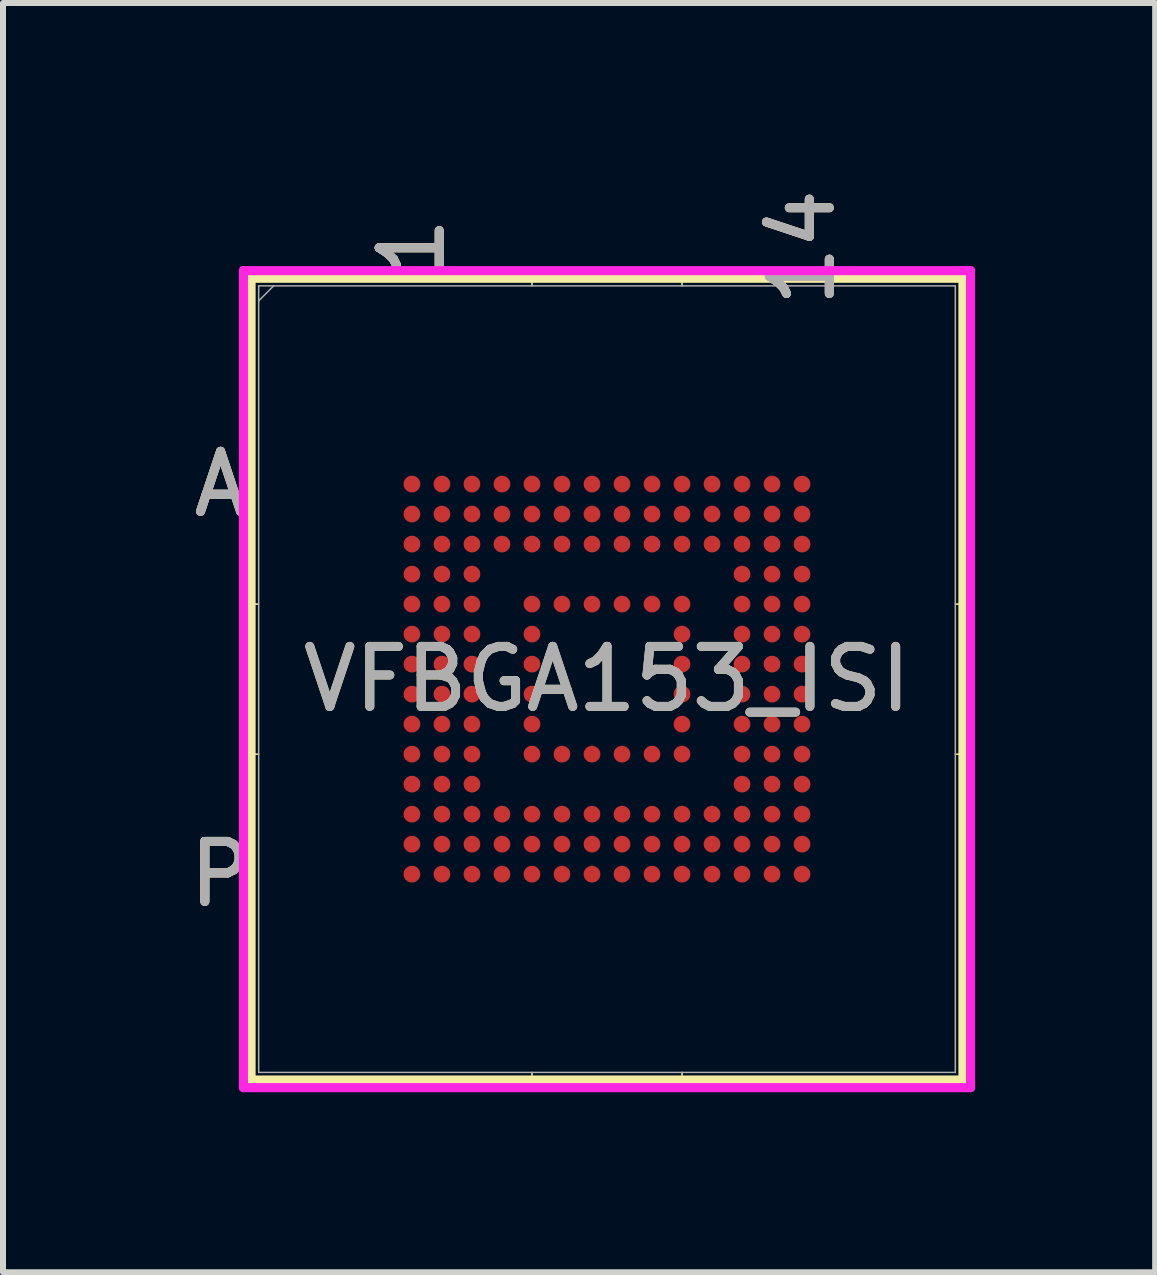
<source format=kicad_pcb>
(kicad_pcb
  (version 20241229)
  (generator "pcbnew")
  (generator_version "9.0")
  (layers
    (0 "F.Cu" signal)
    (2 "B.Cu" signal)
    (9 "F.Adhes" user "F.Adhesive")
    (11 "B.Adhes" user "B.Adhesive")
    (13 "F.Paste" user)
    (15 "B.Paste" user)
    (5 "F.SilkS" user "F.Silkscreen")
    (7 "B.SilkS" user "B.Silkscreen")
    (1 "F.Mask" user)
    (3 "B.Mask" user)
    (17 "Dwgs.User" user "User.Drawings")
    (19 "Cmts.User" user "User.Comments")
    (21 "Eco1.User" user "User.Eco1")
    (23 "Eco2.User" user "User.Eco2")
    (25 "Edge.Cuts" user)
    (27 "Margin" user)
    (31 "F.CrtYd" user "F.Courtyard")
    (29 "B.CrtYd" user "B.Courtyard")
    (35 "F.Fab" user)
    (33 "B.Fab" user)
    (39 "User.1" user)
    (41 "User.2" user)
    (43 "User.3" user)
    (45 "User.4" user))
  (footprint "VFBGA153_ISI"
    (layer "F.Cu")
    (at 7.064 8.266)
    (property "Reference" "VFBGA153_ISI" (at 0 0 0) (unlocked yes) (layer "F.SilkS") (effects (font (size 1 1) (thickness 0.15))))
    (attr smd)
    (fp_line (start -5.931 -6.68) (end -5.931 6.68) (stroke (width 0.152) (type solid)) (layer "F.SilkS"))
    (fp_line (start -5.931 6.68) (end 5.931 6.68) (stroke (width 0.152) (type solid)) (layer "F.SilkS"))
    (fp_line (start -5.804 -1.25) (end -6.058 -1.25) (stroke (width 0.025) (type solid)) (layer "F.SilkS"))
    (fp_line (start -5.804 1.25) (end -6.058 1.25) (stroke (width 0.025) (type solid)) (layer "F.SilkS"))
    (fp_line (start -1.25 -6.553) (end -1.25 -6.807) (stroke (width 0.025) (type solid)) (layer "F.SilkS"))
    (fp_line (start -1.25 6.553) (end -1.25 6.807) (stroke (width 0.025) (type solid)) (layer "F.SilkS"))
    (fp_line (start 1.25 -6.553) (end 1.25 -6.807) (stroke (width 0.025) (type solid)) (layer "F.SilkS"))
    (fp_line (start 1.25 6.553) (end 1.25 6.807) (stroke (width 0.025) (type solid)) (layer "F.SilkS"))
    (fp_line (start 5.804 -1.25) (end 6.058 -1.25) (stroke (width 0.025) (type solid)) (layer "F.SilkS"))
    (fp_line (start 5.804 1.25) (end 6.058 1.25) (stroke (width 0.025) (type solid)) (layer "F.SilkS"))
    (fp_line (start 5.931 -6.68) (end -5.931 -6.68) (stroke (width 0.152) (type solid)) (layer "F.SilkS"))
    (fp_line (start 5.931 6.68) (end 5.931 -6.68) (stroke (width 0.152) (type solid)) (layer "F.SilkS"))
    (fp_poly (pts (xy -3.945 -3.945) (xy 3.945 -3.945) (xy 3.945 3.945) (xy -3.945 3.945)) (stroke (width 0.1) (type solid)) (fill no) (layer "Eco2.User"))
    (fp_line (start -6.058 -6.807) (end 6.058 -6.807) (stroke (width 0.152) (type solid)) (layer "F.CrtYd"))
    (fp_line (start -6.058 6.807) (end -6.058 -6.807) (stroke (width 0.152) (type solid)) (layer "F.CrtYd"))
    (fp_line (start 6.058 -6.807) (end 6.058 6.807) (stroke (width 0.152) (type solid)) (layer "F.CrtYd"))
    (fp_line (start 6.058 6.807) (end -6.058 6.807) (stroke (width 0.152) (type solid)) (layer "F.CrtYd"))
    (fp_line (start -5.804 -6.553) (end -5.804 6.553) (stroke (width 0.025) (type solid)) (layer "F.Fab"))
    (fp_line (start -5.804 6.553) (end 5.804 6.553) (stroke (width 0.025) (type solid)) (layer "F.Fab"))
    (fp_line (start -5.554 -6.553) (end -5.804 -6.303) (stroke (width 0.025) (type solid)) (layer "F.Fab"))
    (fp_line (start 5.804 -6.553) (end -5.804 -6.553) (stroke (width 0.025) (type solid)) (layer "F.Fab"))
    (fp_line (start 5.804 6.553) (end 5.804 -6.553) (stroke (width 0.025) (type solid)) (layer "F.Fab"))
    (fp_text user "14" (at 3.25 -7.188 90) (unlocked yes) (layer "F.SilkS") (effects (font (size 1 1) (thickness 0.15))))
    (fp_text user "A" (at -6.439 -3.25 0) (unlocked yes) (layer "F.SilkS") (effects (font (size 1 1) (thickness 0.15))))
    (fp_text user "1" (at -3.25 -7.188 90) (unlocked yes) (layer "F.SilkS") (effects (font (size 1 1) (thickness 0.15))))
    (fp_text user "P" (at -6.439 3.25 0) (unlocked yes) (layer "F.SilkS") (effects (font (size 1 1) (thickness 0.15))))
    (fp_text user "14" (at 3.25 -7.188 90) (unlocked yes) (layer "B.SilkS") (effects (font (size 1 1) (thickness 0.15))))
    (fp_text user "A" (at -6.439 -3.25 0) (unlocked yes) (layer "B.SilkS") (effects (font (size 1 1) (thickness 0.15))))
    (fp_text user "1" (at -3.25 -7.188 90) (unlocked yes) (layer "B.SilkS") (effects (font (size 1 1) (thickness 0.15))))
    (fp_text user "P" (at -6.439 3.25 0) (unlocked yes) (layer "B.SilkS") (effects (font (size 1 1) (thickness 0.15))))
    (fp_text user "${REFERENCE}" (at 0 0 0) (unlocked yes) (layer "F.Fab") (effects (font (size 1 1) (thickness 0.15))))
    (fp_text user "P" (at -6.439 3.25 0) (unlocked yes) (layer "F.Fab") (effects (font (size 1 1) (thickness 0.15))))
    (fp_text user "14" (at 3.25 -7.188 90) (unlocked yes) (layer "F.Fab") (effects (font (size 1 1) (thickness 0.15))))
    (fp_text user "A" (at -6.439 -3.25 0) (unlocked yes) (layer "F.Fab") (effects (font (size 1 1) (thickness 0.15))))
    (fp_text user "1" (at -3.25 -7.188 90) (unlocked yes) (layer "F.Fab") (effects (font (size 1 1) (thickness 0.15))))
    (pad "A1" smd circle (at -3.25 -3.25) (size 0.279 0.279) (layers "F.Cu" "F.Mask" "F.Paste"))
    (pad "A2" smd circle (at -2.75 -3.25) (size 0.279 0.279) (layers "F.Cu" "F.Mask" "F.Paste"))
    (pad "A3" smd circle (at -2.25 -3.25) (size 0.279 0.279) (layers "F.Cu" "F.Mask" "F.Paste"))
    (pad "A4" smd circle (at -1.75 -3.25) (size 0.279 0.279) (layers "F.Cu" "F.Mask" "F.Paste"))
    (pad "A5" smd circle (at -1.25 -3.25) (size 0.279 0.279) (layers "F.Cu" "F.Mask" "F.Paste"))
    (pad "A6" smd circle (at -0.75 -3.25) (size 0.279 0.279) (layers "F.Cu" "F.Mask" "F.Paste"))
    (pad "A7" smd circle (at -0.25 -3.25) (size 0.279 0.279) (layers "F.Cu" "F.Mask" "F.Paste"))
    (pad "A8" smd circle (at 0.25 -3.25) (size 0.279 0.279) (layers "F.Cu" "F.Mask" "F.Paste"))
    (pad "A9" smd circle (at 0.75 -3.25) (size 0.279 0.279) (layers "F.Cu" "F.Mask" "F.Paste"))
    (pad "A10" smd circle (at 1.25 -3.25) (size 0.279 0.279) (layers "F.Cu" "F.Mask" "F.Paste"))
    (pad "A11" smd circle (at 1.75 -3.25) (size 0.279 0.279) (layers "F.Cu" "F.Mask" "F.Paste"))
    (pad "A12" smd circle (at 2.25 -3.25) (size 0.279 0.279) (layers "F.Cu" "F.Mask" "F.Paste"))
    (pad "A13" smd circle (at 2.75 -3.25) (size 0.279 0.279) (layers "F.Cu" "F.Mask" "F.Paste"))
    (pad "A14" smd circle (at 3.25 -3.25) (size 0.279 0.279) (layers "F.Cu" "F.Mask" "F.Paste"))
    (pad "B1" smd circle (at -3.25 -2.75) (size 0.279 0.279) (layers "F.Cu" "F.Mask" "F.Paste"))
    (pad "B2" smd circle (at -2.75 -2.75) (size 0.279 0.279) (layers "F.Cu" "F.Mask" "F.Paste"))
    (pad "B3" smd circle (at -2.25 -2.75) (size 0.279 0.279) (layers "F.Cu" "F.Mask" "F.Paste"))
    (pad "B4" smd circle (at -1.75 -2.75) (size 0.279 0.279) (layers "F.Cu" "F.Mask" "F.Paste"))
    (pad "B5" smd circle (at -1.25 -2.75) (size 0.279 0.279) (layers "F.Cu" "F.Mask" "F.Paste"))
    (pad "B6" smd circle (at -0.75 -2.75) (size 0.279 0.279) (layers "F.Cu" "F.Mask" "F.Paste"))
    (pad "B7" smd circle (at -0.25 -2.75) (size 0.279 0.279) (layers "F.Cu" "F.Mask" "F.Paste"))
    (pad "B8" smd circle (at 0.25 -2.75) (size 0.279 0.279) (layers "F.Cu" "F.Mask" "F.Paste"))
    (pad "B9" smd circle (at 0.75 -2.75) (size 0.279 0.279) (layers "F.Cu" "F.Mask" "F.Paste"))
    (pad "B10" smd circle (at 1.25 -2.75) (size 0.279 0.279) (layers "F.Cu" "F.Mask" "F.Paste"))
    (pad "B11" smd circle (at 1.75 -2.75) (size 0.279 0.279) (layers "F.Cu" "F.Mask" "F.Paste"))
    (pad "B12" smd circle (at 2.25 -2.75) (size 0.279 0.279) (layers "F.Cu" "F.Mask" "F.Paste"))
    (pad "B13" smd circle (at 2.75 -2.75) (size 0.279 0.279) (layers "F.Cu" "F.Mask" "F.Paste"))
    (pad "B14" smd circle (at 3.25 -2.75) (size 0.279 0.279) (layers "F.Cu" "F.Mask" "F.Paste"))
    (pad "C1" smd circle (at -3.25 -2.25) (size 0.279 0.279) (layers "F.Cu" "F.Mask" "F.Paste"))
    (pad "C2" smd circle (at -2.75 -2.25) (size 0.279 0.279) (layers "F.Cu" "F.Mask" "F.Paste"))
    (pad "C3" smd circle (at -2.25 -2.25) (size 0.279 0.279) (layers "F.Cu" "F.Mask" "F.Paste"))
    (pad "C4" smd circle (at -1.75 -2.25) (size 0.279 0.279) (layers "F.Cu" "F.Mask" "F.Paste"))
    (pad "C5" smd circle (at -1.25 -2.25) (size 0.279 0.279) (layers "F.Cu" "F.Mask" "F.Paste"))
    (pad "C6" smd circle (at -0.75 -2.25) (size 0.279 0.279) (layers "F.Cu" "F.Mask" "F.Paste"))
    (pad "C7" smd circle (at -0.25 -2.25) (size 0.279 0.279) (layers "F.Cu" "F.Mask" "F.Paste"))
    (pad "C8" smd circle (at 0.25 -2.25) (size 0.279 0.279) (layers "F.Cu" "F.Mask" "F.Paste"))
    (pad "C9" smd circle (at 0.75 -2.25) (size 0.279 0.279) (layers "F.Cu" "F.Mask" "F.Paste"))
    (pad "C10" smd circle (at 1.25 -2.25) (size 0.279 0.279) (layers "F.Cu" "F.Mask" "F.Paste"))
    (pad "C11" smd circle (at 1.75 -2.25) (size 0.279 0.279) (layers "F.Cu" "F.Mask" "F.Paste"))
    (pad "C12" smd circle (at 2.25 -2.25) (size 0.279 0.279) (layers "F.Cu" "F.Mask" "F.Paste"))
    (pad "C13" smd circle (at 2.75 -2.25) (size 0.279 0.279) (layers "F.Cu" "F.Mask" "F.Paste"))
    (pad "C14" smd circle (at 3.25 -2.25) (size 0.279 0.279) (layers "F.Cu" "F.Mask" "F.Paste"))
    (pad "D1" smd circle (at -3.25 -1.75) (size 0.279 0.279) (layers "F.Cu" "F.Mask" "F.Paste"))
    (pad "D2" smd circle (at -2.75 -1.75) (size 0.279 0.279) (layers "F.Cu" "F.Mask" "F.Paste"))
    (pad "D3" smd circle (at -2.25 -1.75) (size 0.279 0.279) (layers "F.Cu" "F.Mask" "F.Paste"))
    (pad "D12" smd circle (at 2.25 -1.75) (size 0.279 0.279) (layers "F.Cu" "F.Mask" "F.Paste"))
    (pad "D13" smd circle (at 2.75 -1.75) (size 0.279 0.279) (layers "F.Cu" "F.Mask" "F.Paste"))
    (pad "D14" smd circle (at 3.25 -1.75) (size 0.279 0.279) (layers "F.Cu" "F.Mask" "F.Paste"))
    (pad "E1" smd circle (at -3.25 -1.25) (size 0.279 0.279) (layers "F.Cu" "F.Mask" "F.Paste"))
    (pad "E2" smd circle (at -2.75 -1.25) (size 0.279 0.279) (layers "F.Cu" "F.Mask" "F.Paste"))
    (pad "E3" smd circle (at -2.25 -1.25) (size 0.279 0.279) (layers "F.Cu" "F.Mask" "F.Paste"))
    (pad "E5" smd circle (at -1.25 -1.25) (size 0.279 0.279) (layers "F.Cu" "F.Mask" "F.Paste"))
    (pad "E6" smd circle (at -0.75 -1.25) (size 0.279 0.279) (layers "F.Cu" "F.Mask" "F.Paste"))
    (pad "E7" smd circle (at -0.25 -1.25) (size 0.279 0.279) (layers "F.Cu" "F.Mask" "F.Paste"))
    (pad "E8" smd circle (at 0.25 -1.25) (size 0.279 0.279) (layers "F.Cu" "F.Mask" "F.Paste"))
    (pad "E9" smd circle (at 0.75 -1.25) (size 0.279 0.279) (layers "F.Cu" "F.Mask" "F.Paste"))
    (pad "E10" smd circle (at 1.25 -1.25) (size 0.279 0.279) (layers "F.Cu" "F.Mask" "F.Paste"))
    (pad "E12" smd circle (at 2.25 -1.25) (size 0.279 0.279) (layers "F.Cu" "F.Mask" "F.Paste"))
    (pad "E13" smd circle (at 2.75 -1.25) (size 0.279 0.279) (layers "F.Cu" "F.Mask" "F.Paste"))
    (pad "E14" smd circle (at 3.25 -1.25) (size 0.279 0.279) (layers "F.Cu" "F.Mask" "F.Paste"))
    (pad "F1" smd circle (at -3.25 -0.75) (size 0.279 0.279) (layers "F.Cu" "F.Mask" "F.Paste"))
    (pad "F2" smd circle (at -2.75 -0.75) (size 0.279 0.279) (layers "F.Cu" "F.Mask" "F.Paste"))
    (pad "F3" smd circle (at -2.25 -0.75) (size 0.279 0.279) (layers "F.Cu" "F.Mask" "F.Paste"))
    (pad "F5" smd circle (at -1.25 -0.75) (size 0.279 0.279) (layers "F.Cu" "F.Mask" "F.Paste"))
    (pad "F10" smd circle (at 1.25 -0.75) (size 0.279 0.279) (layers "F.Cu" "F.Mask" "F.Paste"))
    (pad "F12" smd circle (at 2.25 -0.75) (size 0.279 0.279) (layers "F.Cu" "F.Mask" "F.Paste"))
    (pad "F13" smd circle (at 2.75 -0.75) (size 0.279 0.279) (layers "F.Cu" "F.Mask" "F.Paste"))
    (pad "F14" smd circle (at 3.25 -0.75) (size 0.279 0.279) (layers "F.Cu" "F.Mask" "F.Paste"))
    (pad "G1" smd circle (at -3.25 -0.25) (size 0.279 0.279) (layers "F.Cu" "F.Mask" "F.Paste"))
    (pad "G2" smd circle (at -2.75 -0.25) (size 0.279 0.279) (layers "F.Cu" "F.Mask" "F.Paste"))
    (pad "G3" smd circle (at -2.25 -0.25) (size 0.279 0.279) (layers "F.Cu" "F.Mask" "F.Paste"))
    (pad "G5" smd circle (at -1.25 -0.25) (size 0.279 0.279) (layers "F.Cu" "F.Mask" "F.Paste"))
    (pad "G10" smd circle (at 1.25 -0.25) (size 0.279 0.279) (layers "F.Cu" "F.Mask" "F.Paste"))
    (pad "G12" smd circle (at 2.25 -0.25) (size 0.279 0.279) (layers "F.Cu" "F.Mask" "F.Paste"))
    (pad "G13" smd circle (at 2.75 -0.25) (size 0.279 0.279) (layers "F.Cu" "F.Mask" "F.Paste"))
    (pad "G14" smd circle (at 3.25 -0.25) (size 0.279 0.279) (layers "F.Cu" "F.Mask" "F.Paste"))
    (pad "H1" smd circle (at -3.25 0.25) (size 0.279 0.279) (layers "F.Cu" "F.Mask" "F.Paste"))
    (pad "H2" smd circle (at -2.75 0.25) (size 0.279 0.279) (layers "F.Cu" "F.Mask" "F.Paste"))
    (pad "H3" smd circle (at -2.25 0.25) (size 0.279 0.279) (layers "F.Cu" "F.Mask" "F.Paste"))
    (pad "H5" smd circle (at -1.25 0.25) (size 0.279 0.279) (layers "F.Cu" "F.Mask" "F.Paste"))
    (pad "H10" smd circle (at 1.25 0.25) (size 0.279 0.279) (layers "F.Cu" "F.Mask" "F.Paste"))
    (pad "H12" smd circle (at 2.25 0.25) (size 0.279 0.279) (layers "F.Cu" "F.Mask" "F.Paste"))
    (pad "H13" smd circle (at 2.75 0.25) (size 0.279 0.279) (layers "F.Cu" "F.Mask" "F.Paste"))
    (pad "H14" smd circle (at 3.25 0.25) (size 0.279 0.279) (layers "F.Cu" "F.Mask" "F.Paste"))
    (pad "J1" smd circle (at -3.25 0.75) (size 0.279 0.279) (layers "F.Cu" "F.Mask" "F.Paste"))
    (pad "J2" smd circle (at -2.75 0.75) (size 0.279 0.279) (layers "F.Cu" "F.Mask" "F.Paste"))
    (pad "J3" smd circle (at -2.25 0.75) (size 0.279 0.279) (layers "F.Cu" "F.Mask" "F.Paste"))
    (pad "J5" smd circle (at -1.25 0.75) (size 0.279 0.279) (layers "F.Cu" "F.Mask" "F.Paste"))
    (pad "J10" smd circle (at 1.25 0.75) (size 0.279 0.279) (layers "F.Cu" "F.Mask" "F.Paste"))
    (pad "J12" smd circle (at 2.25 0.75) (size 0.279 0.279) (layers "F.Cu" "F.Mask" "F.Paste"))
    (pad "J13" smd circle (at 2.75 0.75) (size 0.279 0.279) (layers "F.Cu" "F.Mask" "F.Paste"))
    (pad "J14" smd circle (at 3.25 0.75) (size 0.279 0.279) (layers "F.Cu" "F.Mask" "F.Paste"))
    (pad "K1" smd circle (at -3.25 1.25) (size 0.279 0.279) (layers "F.Cu" "F.Mask" "F.Paste"))
    (pad "K2" smd circle (at -2.75 1.25) (size 0.279 0.279) (layers "F.Cu" "F.Mask" "F.Paste"))
    (pad "K3" smd circle (at -2.25 1.25) (size 0.279 0.279) (layers "F.Cu" "F.Mask" "F.Paste"))
    (pad "K5" smd circle (at -1.25 1.25) (size 0.279 0.279) (layers "F.Cu" "F.Mask" "F.Paste"))
    (pad "K6" smd circle (at -0.75 1.25) (size 0.279 0.279) (layers "F.Cu" "F.Mask" "F.Paste"))
    (pad "K7" smd circle (at -0.25 1.25) (size 0.279 0.279) (layers "F.Cu" "F.Mask" "F.Paste"))
    (pad "K8" smd circle (at 0.25 1.25) (size 0.279 0.279) (layers "F.Cu" "F.Mask" "F.Paste"))
    (pad "K9" smd circle (at 0.75 1.25) (size 0.279 0.279) (layers "F.Cu" "F.Mask" "F.Paste"))
    (pad "K10" smd circle (at 1.25 1.25) (size 0.279 0.279) (layers "F.Cu" "F.Mask" "F.Paste"))
    (pad "K12" smd circle (at 2.25 1.25) (size 0.279 0.279) (layers "F.Cu" "F.Mask" "F.Paste"))
    (pad "K13" smd circle (at 2.75 1.25) (size 0.279 0.279) (layers "F.Cu" "F.Mask" "F.Paste"))
    (pad "K14" smd circle (at 3.25 1.25) (size 0.279 0.279) (layers "F.Cu" "F.Mask" "F.Paste"))
    (pad "L1" smd circle (at -3.25 1.75) (size 0.279 0.279) (layers "F.Cu" "F.Mask" "F.Paste"))
    (pad "L2" smd circle (at -2.75 1.75) (size 0.279 0.279) (layers "F.Cu" "F.Mask" "F.Paste"))
    (pad "L3" smd circle (at -2.25 1.75) (size 0.279 0.279) (layers "F.Cu" "F.Mask" "F.Paste"))
    (pad "L12" smd circle (at 2.25 1.75) (size 0.279 0.279) (layers "F.Cu" "F.Mask" "F.Paste"))
    (pad "L13" smd circle (at 2.75 1.75) (size 0.279 0.279) (layers "F.Cu" "F.Mask" "F.Paste"))
    (pad "L14" smd circle (at 3.25 1.75) (size 0.279 0.279) (layers "F.Cu" "F.Mask" "F.Paste"))
    (pad "M1" smd circle (at -3.25 2.25) (size 0.279 0.279) (layers "F.Cu" "F.Mask" "F.Paste"))
    (pad "M2" smd circle (at -2.75 2.25) (size 0.279 0.279) (layers "F.Cu" "F.Mask" "F.Paste"))
    (pad "M3" smd circle (at -2.25 2.25) (size 0.279 0.279) (layers "F.Cu" "F.Mask" "F.Paste"))
    (pad "M4" smd circle (at -1.75 2.25) (size 0.279 0.279) (layers "F.Cu" "F.Mask" "F.Paste"))
    (pad "M5" smd circle (at -1.25 2.25) (size 0.279 0.279) (layers "F.Cu" "F.Mask" "F.Paste"))
    (pad "M6" smd circle (at -0.75 2.25) (size 0.279 0.279) (layers "F.Cu" "F.Mask" "F.Paste"))
    (pad "M7" smd circle (at -0.25 2.25) (size 0.279 0.279) (layers "F.Cu" "F.Mask" "F.Paste"))
    (pad "M8" smd circle (at 0.25 2.25) (size 0.279 0.279) (layers "F.Cu" "F.Mask" "F.Paste"))
    (pad "M9" smd circle (at 0.75 2.25) (size 0.279 0.279) (layers "F.Cu" "F.Mask" "F.Paste"))
    (pad "M10" smd circle (at 1.25 2.25) (size 0.279 0.279) (layers "F.Cu" "F.Mask" "F.Paste"))
    (pad "M11" smd circle (at 1.75 2.25) (size 0.279 0.279) (layers "F.Cu" "F.Mask" "F.Paste"))
    (pad "M12" smd circle (at 2.25 2.25) (size 0.279 0.279) (layers "F.Cu" "F.Mask" "F.Paste"))
    (pad "M13" smd circle (at 2.75 2.25) (size 0.279 0.279) (layers "F.Cu" "F.Mask" "F.Paste"))
    (pad "M14" smd circle (at 3.25 2.25) (size 0.279 0.279) (layers "F.Cu" "F.Mask" "F.Paste"))
    (pad "N1" smd circle (at -3.25 2.75) (size 0.279 0.279) (layers "F.Cu" "F.Mask" "F.Paste"))
    (pad "N2" smd circle (at -2.75 2.75) (size 0.279 0.279) (layers "F.Cu" "F.Mask" "F.Paste"))
    (pad "N3" smd circle (at -2.25 2.75) (size 0.279 0.279) (layers "F.Cu" "F.Mask" "F.Paste"))
    (pad "N4" smd circle (at -1.75 2.75) (size 0.279 0.279) (layers "F.Cu" "F.Mask" "F.Paste"))
    (pad "N5" smd circle (at -1.25 2.75) (size 0.279 0.279) (layers "F.Cu" "F.Mask" "F.Paste"))
    (pad "N6" smd circle (at -0.75 2.75) (size 0.279 0.279) (layers "F.Cu" "F.Mask" "F.Paste"))
    (pad "N7" smd circle (at -0.25 2.75) (size 0.279 0.279) (layers "F.Cu" "F.Mask" "F.Paste"))
    (pad "N8" smd circle (at 0.25 2.75) (size 0.279 0.279) (layers "F.Cu" "F.Mask" "F.Paste"))
    (pad "N9" smd circle (at 0.75 2.75) (size 0.279 0.279) (layers "F.Cu" "F.Mask" "F.Paste"))
    (pad "N10" smd circle (at 1.25 2.75) (size 0.279 0.279) (layers "F.Cu" "F.Mask" "F.Paste"))
    (pad "N11" smd circle (at 1.75 2.75) (size 0.279 0.279) (layers "F.Cu" "F.Mask" "F.Paste"))
    (pad "N12" smd circle (at 2.25 2.75) (size 0.279 0.279) (layers "F.Cu" "F.Mask" "F.Paste"))
    (pad "N13" smd circle (at 2.75 2.75) (size 0.279 0.279) (layers "F.Cu" "F.Mask" "F.Paste"))
    (pad "N14" smd circle (at 3.25 2.75) (size 0.279 0.279) (layers "F.Cu" "F.Mask" "F.Paste"))
    (pad "P1" smd circle (at -3.25 3.25) (size 0.279 0.279) (layers "F.Cu" "F.Mask" "F.Paste"))
    (pad "P2" smd circle (at -2.75 3.25) (size 0.279 0.279) (layers "F.Cu" "F.Mask" "F.Paste"))
    (pad "P3" smd circle (at -2.25 3.25) (size 0.279 0.279) (layers "F.Cu" "F.Mask" "F.Paste"))
    (pad "P4" smd circle (at -1.75 3.25) (size 0.279 0.279) (layers "F.Cu" "F.Mask" "F.Paste"))
    (pad "P5" smd circle (at -1.25 3.25) (size 0.279 0.279) (layers "F.Cu" "F.Mask" "F.Paste"))
    (pad "P6" smd circle (at -0.75 3.25) (size 0.279 0.279) (layers "F.Cu" "F.Mask" "F.Paste"))
    (pad "P7" smd circle (at -0.25 3.25) (size 0.279 0.279) (layers "F.Cu" "F.Mask" "F.Paste"))
    (pad "P8" smd circle (at 0.25 3.25) (size 0.279 0.279) (layers "F.Cu" "F.Mask" "F.Paste"))
    (pad "P9" smd circle (at 0.75 3.25) (size 0.279 0.279) (layers "F.Cu" "F.Mask" "F.Paste"))
    (pad "P10" smd circle (at 1.25 3.25) (size 0.279 0.279) (layers "F.Cu" "F.Mask" "F.Paste"))
    (pad "P11" smd circle (at 1.75 3.25) (size 0.279 0.279) (layers "F.Cu" "F.Mask" "F.Paste"))
    (pad "P12" smd circle (at 2.25 3.25) (size 0.279 0.279) (layers "F.Cu" "F.Mask" "F.Paste"))
    (pad "P13" smd circle (at 2.75 3.25) (size 0.279 0.279) (layers "F.Cu" "F.Mask" "F.Paste"))
    (pad "P14" smd circle (at 3.25 3.25) (size 0.279 0.279) (layers "F.Cu" "F.Mask" "F.Paste")))
  (gr_rect
    (start -3 -3)
    (end 16.198 18.149)
    (stroke (width 0.1) (type default))
    (fill no)
    (layer "Edge.Cuts")))
</source>
